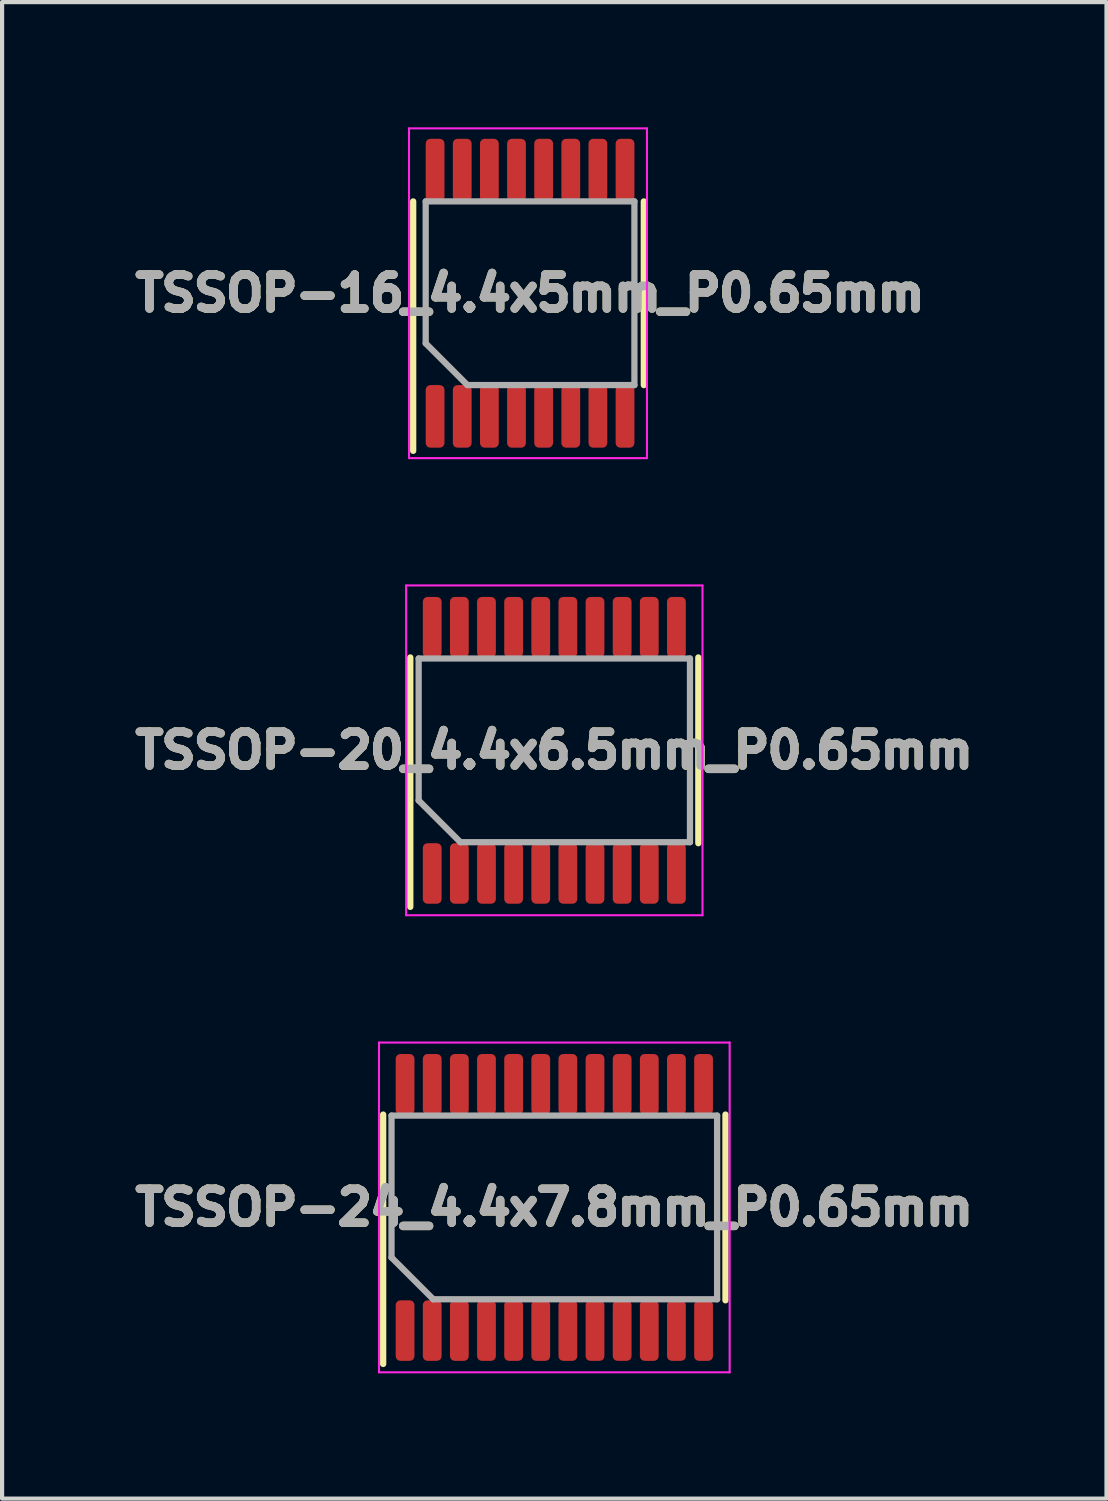
<source format=kicad_pcb>
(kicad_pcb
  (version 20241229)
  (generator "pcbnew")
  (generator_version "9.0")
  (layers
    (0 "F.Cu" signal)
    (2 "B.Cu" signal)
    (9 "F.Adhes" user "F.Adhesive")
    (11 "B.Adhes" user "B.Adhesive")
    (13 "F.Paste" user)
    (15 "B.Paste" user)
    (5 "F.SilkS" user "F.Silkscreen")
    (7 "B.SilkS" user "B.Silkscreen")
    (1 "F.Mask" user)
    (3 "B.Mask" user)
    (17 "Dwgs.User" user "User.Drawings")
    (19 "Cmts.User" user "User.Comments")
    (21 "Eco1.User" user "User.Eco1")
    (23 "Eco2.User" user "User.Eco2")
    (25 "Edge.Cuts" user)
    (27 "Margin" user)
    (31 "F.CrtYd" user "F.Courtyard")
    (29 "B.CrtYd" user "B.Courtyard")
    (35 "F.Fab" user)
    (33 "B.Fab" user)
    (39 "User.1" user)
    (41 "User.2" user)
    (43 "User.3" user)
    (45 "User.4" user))
  (footprint "TSSOP-24_4.4x7.8mm_P0.65mm"
    (layer "F.Cu")
    (at 10.229 25.875)
    (property "Reference" "TSSOP-24_4.4x7.8mm_P0.65mm" (at 0 0 180) (layer "F.Fab") (effects (font (size 0.813 0.813) (thickness 0.203))))
    (attr smd)
    (fp_line (start -4.1 3.75) (end -4.1 -2.225) (stroke (width 0.15) (type solid)) (layer "F.SilkS"))
    (fp_line (start 4.1 2.225) (end 4.1 -2.225) (stroke (width 0.15) (type solid)) (layer "F.SilkS"))
    (fp_line (start -4.2 -3.95) (end 4.2 -3.95) (stroke (width 0.05) (type solid)) (layer "F.CrtYd"))
    (fp_line (start -4.2 3.95) (end -4.2 -3.95) (stroke (width 0.05) (type solid)) (layer "F.CrtYd"))
    (fp_line (start -4.2 3.95) (end 4.2 3.95) (stroke (width 0.05) (type solid)) (layer "F.CrtYd"))
    (fp_line (start 4.2 3.95) (end 4.2 -3.95) (stroke (width 0.05) (type solid)) (layer "F.CrtYd"))
    (fp_line (start -3.9 -2.2) (end 3.9 -2.2) (stroke (width 0.15) (type solid)) (layer "F.Fab"))
    (fp_line (start -3.9 1.2) (end -3.9 -2.2) (stroke (width 0.15) (type solid)) (layer "F.Fab"))
    (fp_line (start -2.9 2.2) (end -3.9 1.2) (stroke (width 0.15) (type solid)) (layer "F.Fab"))
    (fp_line (start 3.9 -2.2) (end 3.9 2.2) (stroke (width 0.15) (type solid)) (layer "F.Fab"))
    (fp_line (start 3.9 2.2) (end -2.9 2.2) (stroke (width 0.15) (type solid)) (layer "F.Fab"))
    (fp_text user "${REFERENCE}" (at 0 0 0) (layer "F.SilkS") (effects (font (size 0.813 0.813) (thickness 0.203))))
    (pad "1" smd roundrect (at -3.575 2.95 90) (size 1.45 0.45) (layers "F.Cu" "F.Mask" "F.Paste") (roundrect_rratio 0.25))
    (pad "2" smd roundrect (at -2.925 2.95 90) (size 1.45 0.45) (layers "F.Cu" "F.Mask" "F.Paste") (roundrect_rratio 0.25))
    (pad "3" smd roundrect (at -2.275 2.95 90) (size 1.45 0.45) (layers "F.Cu" "F.Mask" "F.Paste") (roundrect_rratio 0.25))
    (pad "4" smd roundrect (at -1.625 2.95 90) (size 1.45 0.45) (layers "F.Cu" "F.Mask" "F.Paste") (roundrect_rratio 0.25))
    (pad "5" smd roundrect (at -0.975 2.95 90) (size 1.45 0.45) (layers "F.Cu" "F.Mask" "F.Paste") (roundrect_rratio 0.25))
    (pad "6" smd roundrect (at -0.325 2.95 90) (size 1.45 0.45) (layers "F.Cu" "F.Mask" "F.Paste") (roundrect_rratio 0.25))
    (pad "7" smd roundrect (at 0.325 2.95 90) (size 1.45 0.45) (layers "F.Cu" "F.Mask" "F.Paste") (roundrect_rratio 0.25))
    (pad "8" smd roundrect (at 0.975 2.95 90) (size 1.45 0.45) (layers "F.Cu" "F.Mask" "F.Paste") (roundrect_rratio 0.25))
    (pad "9" smd roundrect (at 1.625 2.95 90) (size 1.45 0.45) (layers "F.Cu" "F.Mask" "F.Paste") (roundrect_rratio 0.25))
    (pad "10" smd roundrect (at 2.275 2.95 90) (size 1.45 0.45) (layers "F.Cu" "F.Mask" "F.Paste") (roundrect_rratio 0.25))
    (pad "11" smd roundrect (at 2.925 2.95 90) (size 1.45 0.45) (layers "F.Cu" "F.Mask" "F.Paste") (roundrect_rratio 0.25))
    (pad "12" smd roundrect (at 3.575 2.95 90) (size 1.45 0.45) (layers "F.Cu" "F.Mask" "F.Paste") (roundrect_rratio 0.25))
    (pad "13" smd roundrect (at 3.575 -2.95 90) (size 1.45 0.45) (layers "F.Cu" "F.Mask" "F.Paste") (roundrect_rratio 0.25))
    (pad "14" smd roundrect (at 2.925 -2.95 90) (size 1.45 0.45) (layers "F.Cu" "F.Mask" "F.Paste") (roundrect_rratio 0.25))
    (pad "15" smd roundrect (at 2.275 -2.95 90) (size 1.45 0.45) (layers "F.Cu" "F.Mask" "F.Paste") (roundrect_rratio 0.25))
    (pad "16" smd roundrect (at 1.625 -2.95 90) (size 1.45 0.45) (layers "F.Cu" "F.Mask" "F.Paste") (roundrect_rratio 0.25))
    (pad "17" smd roundrect (at 0.975 -2.95 90) (size 1.45 0.45) (layers "F.Cu" "F.Mask" "F.Paste") (roundrect_rratio 0.25))
    (pad "18" smd roundrect (at 0.325 -2.95 90) (size 1.45 0.45) (layers "F.Cu" "F.Mask" "F.Paste") (roundrect_rratio 0.25))
    (pad "19" smd roundrect (at -0.325 -2.95 90) (size 1.45 0.45) (layers "F.Cu" "F.Mask" "F.Paste") (roundrect_rratio 0.25))
    (pad "20" smd roundrect (at -0.975 -2.95 90) (size 1.45 0.45) (layers "F.Cu" "F.Mask" "F.Paste") (roundrect_rratio 0.25))
    (pad "21" smd roundrect (at -1.625 -2.95 90) (size 1.45 0.45) (layers "F.Cu" "F.Mask" "F.Paste") (roundrect_rratio 0.25))
    (pad "22" smd roundrect (at -2.275 -2.95 90) (size 1.45 0.45) (layers "F.Cu" "F.Mask" "F.Paste") (roundrect_rratio 0.25))
    (pad "23" smd roundrect (at -2.925 -2.95 90) (size 1.45 0.45) (layers "F.Cu" "F.Mask" "F.Paste") (roundrect_rratio 0.25))
    (pad "24" smd roundrect (at -3.575 -2.95 90) (size 1.45 0.45) (layers "F.Cu" "F.Mask" "F.Paste") (roundrect_rratio 0.25)))
  (footprint "TSSOP-16_4.4x5mm_P0.65mm"
    (layer "F.Cu")
    (at 9.648 3.975)
    (property "Reference" "TSSOP-16_4.4x5mm_P0.65mm" (at 0 0 180) (layer "F.Fab") (effects (font (size 0.813 0.813) (thickness 0.203))))
    (attr smd)
    (fp_line (start -2.8 3.775) (end -2.8 -2.2) (stroke (width 0.15) (type solid)) (layer "F.SilkS"))
    (fp_line (start 2.725 2.2) (end 2.725 -2.2) (stroke (width 0.15) (type solid)) (layer "F.SilkS"))
    (fp_line (start -2.9 -3.95) (end 2.8 -3.95) (stroke (width 0.05) (type solid)) (layer "F.CrtYd"))
    (fp_line (start -2.9 3.95) (end -2.9 -3.95) (stroke (width 0.05) (type solid)) (layer "F.CrtYd"))
    (fp_line (start -2.9 3.95) (end 2.8 3.95) (stroke (width 0.05) (type solid)) (layer "F.CrtYd"))
    (fp_line (start 2.8 3.95) (end 2.8 -3.95) (stroke (width 0.05) (type solid)) (layer "F.CrtYd"))
    (fp_line (start -2.5 -2.2) (end 2.5 -2.2) (stroke (width 0.15) (type solid)) (layer "F.Fab"))
    (fp_line (start -2.5 1.2) (end -2.5 -2.2) (stroke (width 0.15) (type solid)) (layer "F.Fab"))
    (fp_line (start -1.5 2.2) (end -2.5 1.2) (stroke (width 0.15) (type solid)) (layer "F.Fab"))
    (fp_line (start 2.5 -2.2) (end 2.5 2.2) (stroke (width 0.15) (type solid)) (layer "F.Fab"))
    (fp_line (start 2.5 2.2) (end -1.5 2.2) (stroke (width 0.15) (type solid)) (layer "F.Fab"))
    (fp_text user "${REFERENCE}" (at 0 0 180) (layer "F.SilkS") (effects (font (size 0.813 0.813) (thickness 0.203))))
    (pad "1" smd roundrect (at -2.275 2.95 90) (size 1.5 0.45) (layers "F.Cu" "F.Mask" "F.Paste") (roundrect_rratio 0.25))
    (pad "2" smd roundrect (at -1.625 2.95 90) (size 1.5 0.45) (layers "F.Cu" "F.Mask" "F.Paste") (roundrect_rratio 0.25))
    (pad "3" smd roundrect (at -0.975 2.95 90) (size 1.5 0.45) (layers "F.Cu" "F.Mask" "F.Paste") (roundrect_rratio 0.25))
    (pad "4" smd roundrect (at -0.325 2.95 90) (size 1.5 0.45) (layers "F.Cu" "F.Mask" "F.Paste") (roundrect_rratio 0.25))
    (pad "5" smd roundrect (at 0.325 2.95 90) (size 1.5 0.45) (layers "F.Cu" "F.Mask" "F.Paste") (roundrect_rratio 0.25))
    (pad "6" smd roundrect (at 0.975 2.95 90) (size 1.5 0.45) (layers "F.Cu" "F.Mask" "F.Paste") (roundrect_rratio 0.25))
    (pad "7" smd roundrect (at 1.625 2.95 90) (size 1.5 0.45) (layers "F.Cu" "F.Mask" "F.Paste") (roundrect_rratio 0.25))
    (pad "8" smd roundrect (at 2.275 2.95 90) (size 1.5 0.45) (layers "F.Cu" "F.Mask" "F.Paste") (roundrect_rratio 0.25))
    (pad "9" smd roundrect (at 2.275 -2.95 90) (size 1.5 0.45) (layers "F.Cu" "F.Mask" "F.Paste") (roundrect_rratio 0.25))
    (pad "10" smd roundrect (at 1.625 -2.95 90) (size 1.5 0.45) (layers "F.Cu" "F.Mask" "F.Paste") (roundrect_rratio 0.25))
    (pad "11" smd roundrect (at 0.975 -2.95 90) (size 1.5 0.45) (layers "F.Cu" "F.Mask" "F.Paste") (roundrect_rratio 0.25))
    (pad "12" smd roundrect (at 0.325 -2.95 90) (size 1.5 0.45) (layers "F.Cu" "F.Mask" "F.Paste") (roundrect_rratio 0.25))
    (pad "13" smd roundrect (at -0.325 -2.95 90) (size 1.5 0.45) (layers "F.Cu" "F.Mask" "F.Paste") (roundrect_rratio 0.25))
    (pad "14" smd roundrect (at -0.975 -2.95 90) (size 1.5 0.45) (layers "F.Cu" "F.Mask" "F.Paste") (roundrect_rratio 0.25))
    (pad "15" smd roundrect (at -1.625 -2.95 90) (size 1.5 0.45) (layers "F.Cu" "F.Mask" "F.Paste") (roundrect_rratio 0.25))
    (pad "16" smd roundrect (at -2.275 -2.95 90) (size 1.5 0.45) (layers "F.Cu" "F.Mask" "F.Paste") (roundrect_rratio 0.25)))
  (footprint "TSSOP-20_4.4x6.5mm_P0.65mm"
    (layer "F.Cu")
    (at 10.229 14.925)
    (property "Reference" "TSSOP-20_4.4x6.5mm_P0.65mm" (at 0 0 180) (layer "F.Fab") (effects (font (size 0.813 0.813) (thickness 0.203))))
    (attr smd)
    (fp_line (start -3.45 3.75) (end -3.45 -2.225) (stroke (width 0.15) (type solid)) (layer "F.SilkS"))
    (fp_line (start 3.45 2.225) (end 3.45 -2.225) (stroke (width 0.15) (type solid)) (layer "F.SilkS"))
    (fp_line (start -3.55 -3.95) (end 3.55 -3.95) (stroke (width 0.05) (type solid)) (layer "F.CrtYd"))
    (fp_line (start -3.55 3.95) (end -3.55 -3.95) (stroke (width 0.05) (type solid)) (layer "F.CrtYd"))
    (fp_line (start -3.55 3.95) (end 3.55 3.95) (stroke (width 0.05) (type solid)) (layer "F.CrtYd"))
    (fp_line (start 3.55 3.95) (end 3.55 -3.95) (stroke (width 0.05) (type solid)) (layer "F.CrtYd"))
    (fp_line (start -3.25 -2.2) (end 3.25 -2.2) (stroke (width 0.15) (type solid)) (layer "F.Fab"))
    (fp_line (start -3.25 1.2) (end -3.25 -2.2) (stroke (width 0.15) (type solid)) (layer "F.Fab"))
    (fp_line (start -2.25 2.2) (end -3.25 1.2) (stroke (width 0.15) (type solid)) (layer "F.Fab"))
    (fp_line (start 3.25 -2.2) (end 3.25 2.2) (stroke (width 0.15) (type solid)) (layer "F.Fab"))
    (fp_line (start 3.25 2.2) (end -2.25 2.2) (stroke (width 0.15) (type solid)) (layer "F.Fab"))
    (fp_text user "${REFERENCE}" (at 0 0 0) (layer "F.SilkS") (effects (font (size 0.813 0.813) (thickness 0.203))))
    (pad "1" smd roundrect (at -2.925 2.95 90) (size 1.45 0.45) (layers "F.Cu" "F.Mask" "F.Paste") (roundrect_rratio 0.25))
    (pad "2" smd roundrect (at -2.275 2.95 90) (size 1.45 0.45) (layers "F.Cu" "F.Mask" "F.Paste") (roundrect_rratio 0.25))
    (pad "3" smd roundrect (at -1.625 2.95 90) (size 1.45 0.45) (layers "F.Cu" "F.Mask" "F.Paste") (roundrect_rratio 0.25))
    (pad "4" smd roundrect (at -0.975 2.95 90) (size 1.45 0.45) (layers "F.Cu" "F.Mask" "F.Paste") (roundrect_rratio 0.25))
    (pad "5" smd roundrect (at -0.325 2.95 90) (size 1.45 0.45) (layers "F.Cu" "F.Mask" "F.Paste") (roundrect_rratio 0.25))
    (pad "6" smd roundrect (at 0.325 2.95 90) (size 1.45 0.45) (layers "F.Cu" "F.Mask" "F.Paste") (roundrect_rratio 0.25))
    (pad "7" smd roundrect (at 0.975 2.95 90) (size 1.45 0.45) (layers "F.Cu" "F.Mask" "F.Paste") (roundrect_rratio 0.25))
    (pad "8" smd roundrect (at 1.625 2.95 90) (size 1.45 0.45) (layers "F.Cu" "F.Mask" "F.Paste") (roundrect_rratio 0.25))
    (pad "9" smd roundrect (at 2.275 2.95 90) (size 1.45 0.45) (layers "F.Cu" "F.Mask" "F.Paste") (roundrect_rratio 0.25))
    (pad "10" smd roundrect (at 2.925 2.95 90) (size 1.45 0.45) (layers "F.Cu" "F.Mask" "F.Paste") (roundrect_rratio 0.25))
    (pad "11" smd roundrect (at 2.925 -2.95 90) (size 1.45 0.45) (layers "F.Cu" "F.Mask" "F.Paste") (roundrect_rratio 0.25))
    (pad "12" smd roundrect (at 2.275 -2.95 90) (size 1.45 0.45) (layers "F.Cu" "F.Mask" "F.Paste") (roundrect_rratio 0.25))
    (pad "13" smd roundrect (at 1.625 -2.95 90) (size 1.45 0.45) (layers "F.Cu" "F.Mask" "F.Paste") (roundrect_rratio 0.25))
    (pad "14" smd roundrect (at 0.975 -2.95 90) (size 1.45 0.45) (layers "F.Cu" "F.Mask" "F.Paste") (roundrect_rratio 0.25))
    (pad "15" smd roundrect (at 0.325 -2.95 90) (size 1.45 0.45) (layers "F.Cu" "F.Mask" "F.Paste") (roundrect_rratio 0.25))
    (pad "16" smd roundrect (at -0.325 -2.95 90) (size 1.45 0.45) (layers "F.Cu" "F.Mask" "F.Paste") (roundrect_rratio 0.25))
    (pad "17" smd roundrect (at -0.975 -2.95 90) (size 1.45 0.45) (layers "F.Cu" "F.Mask" "F.Paste") (roundrect_rratio 0.25))
    (pad "18" smd roundrect (at -1.625 -2.95 90) (size 1.45 0.45) (layers "F.Cu" "F.Mask" "F.Paste") (roundrect_rratio 0.25))
    (pad "19" smd roundrect (at -2.275 -2.95 90) (size 1.45 0.45) (layers "F.Cu" "F.Mask" "F.Paste") (roundrect_rratio 0.25))
    (pad "20" smd roundrect (at -2.925 -2.95 90) (size 1.45 0.45) (layers "F.Cu" "F.Mask" "F.Paste") (roundrect_rratio 0.25)))
  (gr_rect
    (start -3 -3)
    (end 23.457 32.85)
    (stroke (width 0.1) (type default))
    (fill no)
    (layer "Edge.Cuts")))
</source>
